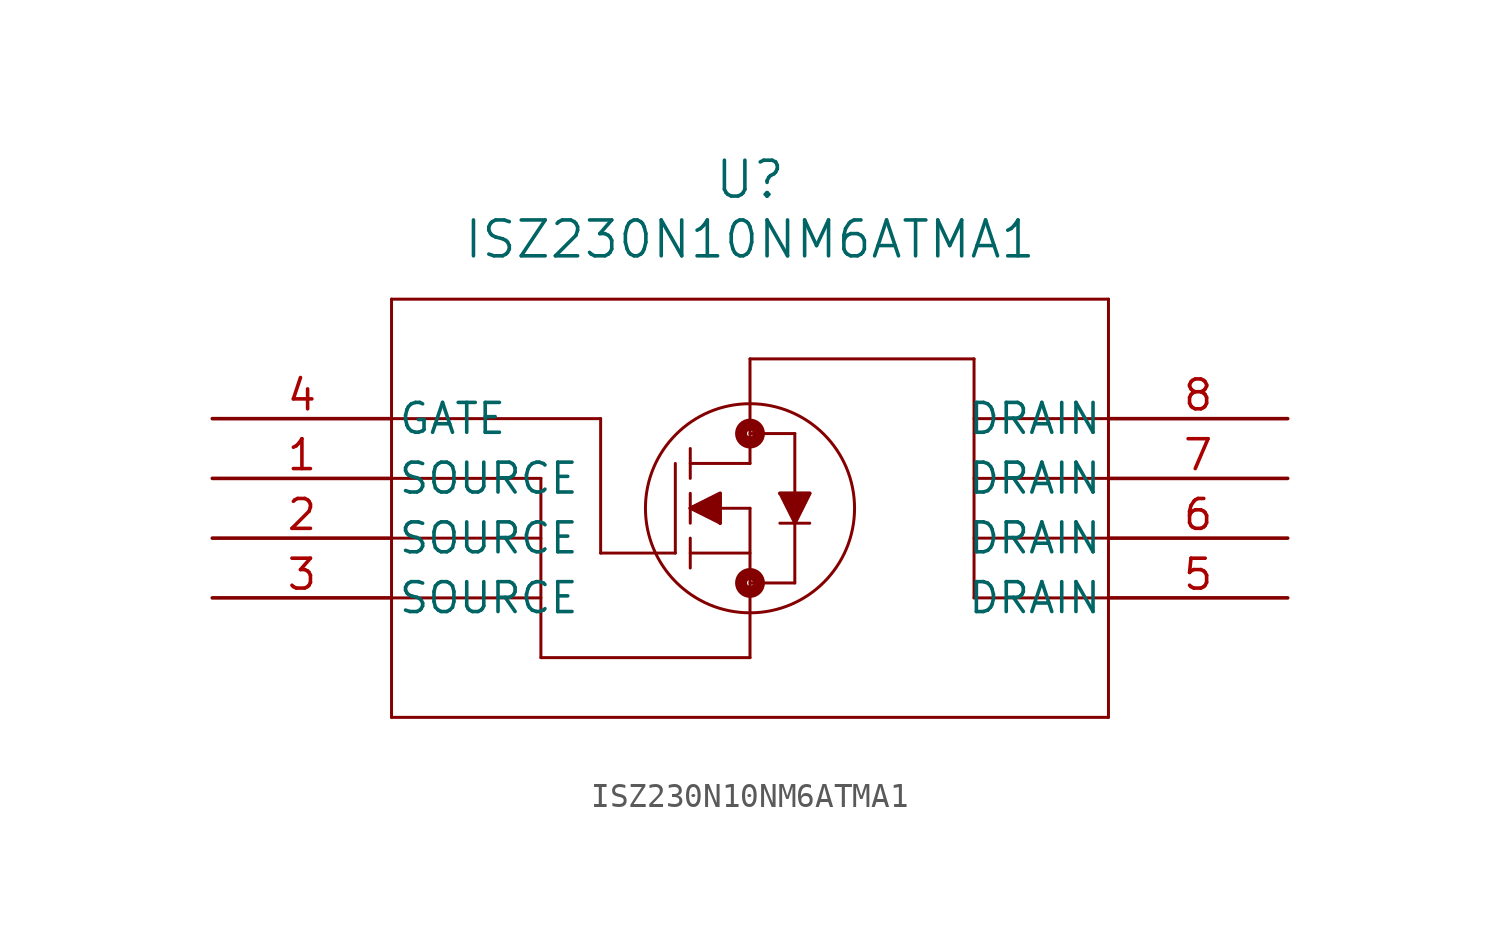
<source format=kicad_sym>
(kicad_symbol_lib
  (version 20211014)
  (generator kicad_symbol_editor)
  (symbol "ISZ230N10NM6ATMA1"
    (pin_names
      (offset 0.254))
    (property "Reference" "U"
      (at 22.86 12.7 0)
      (effects (font (size 1.524 1.524))))
    (property "Value" "ISZ230N10NM6ATMA1"
      (at 22.86 10.16 0)
      (effects (font (size 1.524 1.524))))
    (symbol "ISZ230N10NM6ATMA1_0_1"
      (polyline (pts (xy 7.62 7.62) (xy 7.62 -10.16)) (stroke (width 0.127) (type default) (color 0 0 0 0)) (fill (type none)))
      (polyline (pts (xy 7.62 -10.16) (xy 38.1 -10.16)) (stroke (width 0.127) (type default) (color 0 0 0 0)) (fill (type none)))
      (polyline (pts (xy 38.1 -10.16) (xy 38.1 7.62)) (stroke (width 0.127) (type default) (color 0 0 0 0)) (fill (type none)))
      (polyline (pts (xy 38.1 7.62) (xy 7.62 7.62)) (stroke (width 0.127) (type default) (color 0 0 0 0)) (fill (type none)))
      (polyline (pts (xy 22.86 -1.27) (xy 20.32 -1.27)) (stroke (width 0.127) (type default) (color 0 0 0 0)) (fill (type none)))
      (polyline (pts (xy 20.32 -0.635) (xy 20.32 -1.905)) (stroke (width 0.127) (type default) (color 0 0 0 0)) (fill (type none)))
      (polyline (pts (xy 20.32 0) (xy 20.32 1.27)) (stroke (width 0.127) (type default) (color 0 0 0 0)) (fill (type none)))
      (polyline (pts (xy 20.32 -2.54) (xy 20.32 -3.81)) (stroke (width 0.127) (type default) (color 0 0 0 0)) (fill (type none)))
      (polyline (pts (xy 20.32 -3.175) (xy 22.86 -3.175)) (stroke (width 0.127) (type default) (color 0 0 0 0)) (fill (type none)))
      (polyline (pts (xy 20.32 0.635) (xy 22.86 0.635)) (stroke (width 0.127) (type default) (color 0 0 0 0)) (fill (type none)))
      (polyline (pts (xy 22.86 0.635) (xy 22.86 5.08)) (stroke (width 0.127) (type default) (color 0 0 0 0)) (fill (type none)))
      (polyline (pts (xy 22.86 -1.27) (xy 22.86 -7.62)) (stroke (width 0.127) (type default) (color 0 0 0 0)) (fill (type none)))
      (polyline (pts (xy 22.86 1.905) (xy 24.765 1.905)) (stroke (width 0.127) (type default) (color 0 0 0 0)) (fill (type none)))
      (polyline (pts (xy 22.86 -4.445) (xy 24.765 -4.445)) (stroke (width 0.127) (type default) (color 0 0 0 0)) (fill (type none)))
      (polyline (pts (xy 24.765 -4.445) (xy 24.765 1.905)) (stroke (width 0.127) (type default) (color 0 0 0 0)) (fill (type none)))
      (polyline (pts (xy 19.685 0.635) (xy 19.685 -3.175)) (stroke (width 0.127) (type default) (color 0 0 0 0)) (fill (type none)))
      (polyline (pts (xy 7.62 2.54) (xy 16.51 2.54)) (stroke (width 0.127) (type default) (color 0 0 0 0)) (fill (type none)))
      (polyline (pts (xy 16.51 2.54) (xy 16.51 -3.175)) (stroke (width 0.127) (type default) (color 0 0 0 0)) (fill (type none)))
      (polyline (pts (xy 16.51 -3.175) (xy 19.685 -3.175)) (stroke (width 0.127) (type default) (color 0 0 0 0)) (fill (type none)))
      (polyline (pts (xy 7.62 0) (xy 13.97 0)) (stroke (width 0.127) (type default) (color 0 0 0 0)) (fill (type none)))
      (polyline (pts (xy 7.62 -2.54) (xy 13.97 -2.54)) (stroke (width 0.127) (type default) (color 0 0 0 0)) (fill (type none)))
      (polyline (pts (xy 7.62 -5.08) (xy 13.97 -5.08)) (stroke (width 0.127) (type default) (color 0 0 0 0)) (fill (type none)))
      (polyline (pts (xy 13.97 0) (xy 13.97 -7.62)) (stroke (width 0.127) (type default) (color 0 0 0 0)) (fill (type none)))
      (polyline (pts (xy 13.97 -7.62) (xy 22.86 -7.62)) (stroke (width 0.127) (type default) (color 0 0 0 0)) (fill (type none)))
      (polyline (pts (xy 38.1 -5.08) (xy 32.385 -5.08)) (stroke (width 0.127) (type default) (color 0 0 0 0)) (fill (type none)))
      (polyline (pts (xy 38.1 -2.54) (xy 32.385 -2.54)) (stroke (width 0.127) (type default) (color 0 0 0 0)) (fill (type none)))
      (polyline (pts (xy 38.1 0) (xy 32.385 0)) (stroke (width 0.127) (type default) (color 0 0 0 0)) (fill (type none)))
      (polyline (pts (xy 38.1 2.54) (xy 32.385 2.54)) (stroke (width 0.127) (type default) (color 0 0 0 0)) (fill (type none)))
      (polyline (pts (xy 32.385 -5.08) (xy 32.385 5.08)) (stroke (width 0.127) (type default) (color 0 0 0 0)) (fill (type none)))
      (polyline (pts (xy 32.385 5.08) (xy 22.86 5.08)) (stroke (width 0.127) (type default) (color 0 0 0 0)) (fill (type none)))
      (circle (center 22.86 -1.27) (radius 4.445) (stroke (width 0.127) (type default) (color 0 0 0 0)) (fill (type none)))
      (circle (center 22.86 1.905) (radius 0.127) (stroke (width 0.508) (type default) (color 0 0 0 0)) (fill (type none)))
      (circle (center 22.86 -4.445) (radius 0.127) (stroke (width 0.508) (type default) (color 0 0 0 0)) (fill (type none)))
      (polyline (pts (xy 20.32 -1.27) (xy 21.59 -0.635)) (stroke (width 0.127) (type default) (color 0 0 0 0)) (fill (type none)))
      (polyline (pts (xy 21.59 -0.635) (xy 21.59 -1.905)) (stroke (width 0.127) (type default) (color 0 0 0 0)) (fill (type none)))
      (polyline (pts (xy 21.59 -1.905) (xy 20.32 -1.27)) (stroke (width 0.127) (type default) (color 0 0 0 0)) (fill (type none)))
      (polyline (pts (xy 24.13 -0.635) (xy 25.4 -0.635)) (stroke (width 0.127) (type default) (color 0 0 0 0)) (fill (type none)))
      (polyline (pts (xy 25.4 -0.635) (xy 24.765 -1.905)) (stroke (width 0.127) (type default) (color 0 0 0 0)) (fill (type none)))
      (polyline (pts (xy 24.765 -1.905) (xy 24.13 -0.635)) (stroke (width 0.127) (type default) (color 0 0 0 0)) (fill (type none)))
      (polyline (pts (xy 24.13 -1.905) (xy 25.4 -1.905)) (stroke (width 0.127) (type default) (color 0 0 0 0)) (fill (type none)))
      (polyline (pts (xy 20.32 -1.27) (xy 21.59 -0.635) (xy 21.59 -1.905)) (stroke (width 0) (type default) (color 0 0 0 0)) (fill (type outline)))
      (polyline (pts (xy 24.765 -1.905) (xy 25.4 -0.635) (xy 24.13 -0.635)) (stroke (width 0) (type default) (color 0 0 0 0)) (fill (type outline)))
      (pin unspecified line (at 0 0 0) (length 7.62) (name "SOURCE" (effects (font (size 1.27 1.27)))) (number "1" (effects (font (size 1.27 1.27)))))
      (pin unspecified line (at 0 -2.54 0) (length 7.62) (name "SOURCE" (effects (font (size 1.27 1.27)))) (number "2" (effects (font (size 1.27 1.27)))))
      (pin unspecified line (at 0 -5.08 0) (length 7.62) (name "SOURCE" (effects (font (size 1.27 1.27)))) (number "3" (effects (font (size 1.27 1.27)))))
      (pin unspecified line (at 0 2.54 0) (length 7.62) (name "GATE" (effects (font (size 1.27 1.27)))) (number "4" (effects (font (size 1.27 1.27)))))
      (pin unspecified line (at 45.72 -5.08 180) (length 7.62) (name "DRAIN" (effects (font (size 1.27 1.27)))) (number "5" (effects (font (size 1.27 1.27)))))
      (pin unspecified line (at 45.72 -2.54 180) (length 7.62) (name "DRAIN" (effects (font (size 1.27 1.27)))) (number "6" (effects (font (size 1.27 1.27)))))
      (pin unspecified line (at 45.72 0 180) (length 7.62) (name "DRAIN" (effects (font (size 1.27 1.27)))) (number "7" (effects (font (size 1.27 1.27)))))
      (pin unspecified line (at 45.72 2.54 180) (length 7.62) (name "DRAIN" (effects (font (size 1.27 1.27)))) (number "8" (effects (font (size 1.27 1.27))))))))
</source>
